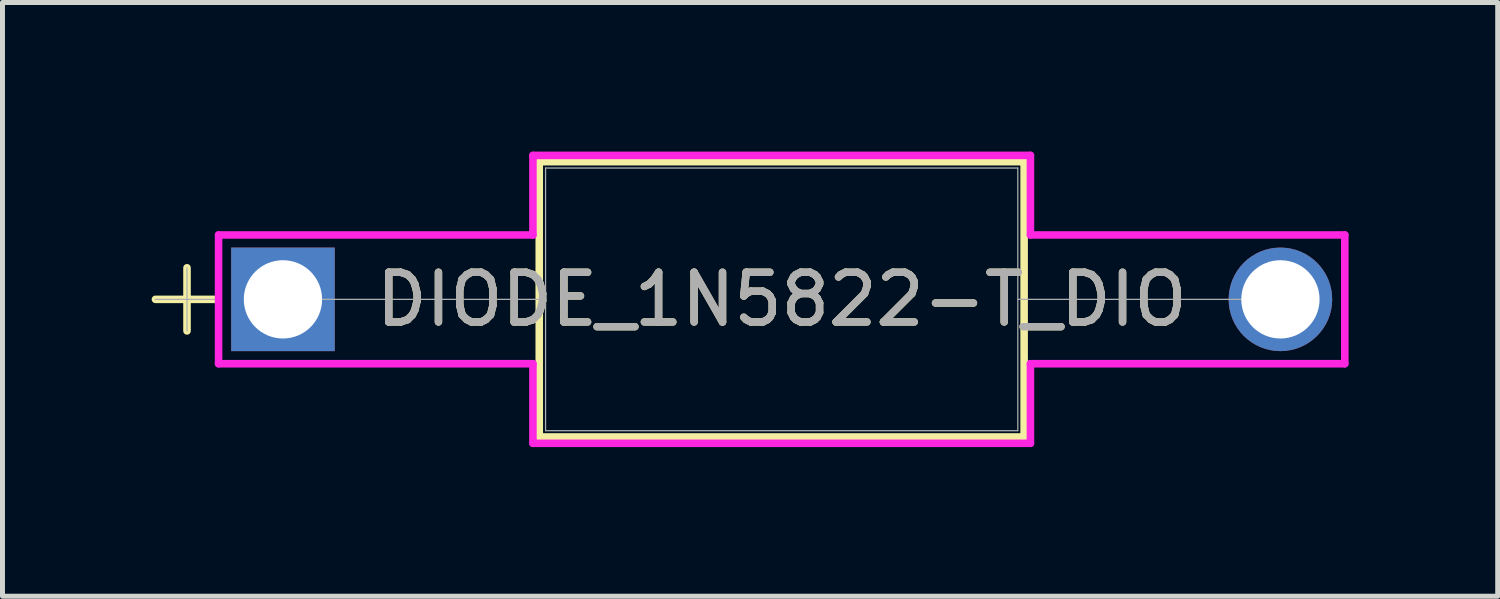
<source format=kicad_pcb>
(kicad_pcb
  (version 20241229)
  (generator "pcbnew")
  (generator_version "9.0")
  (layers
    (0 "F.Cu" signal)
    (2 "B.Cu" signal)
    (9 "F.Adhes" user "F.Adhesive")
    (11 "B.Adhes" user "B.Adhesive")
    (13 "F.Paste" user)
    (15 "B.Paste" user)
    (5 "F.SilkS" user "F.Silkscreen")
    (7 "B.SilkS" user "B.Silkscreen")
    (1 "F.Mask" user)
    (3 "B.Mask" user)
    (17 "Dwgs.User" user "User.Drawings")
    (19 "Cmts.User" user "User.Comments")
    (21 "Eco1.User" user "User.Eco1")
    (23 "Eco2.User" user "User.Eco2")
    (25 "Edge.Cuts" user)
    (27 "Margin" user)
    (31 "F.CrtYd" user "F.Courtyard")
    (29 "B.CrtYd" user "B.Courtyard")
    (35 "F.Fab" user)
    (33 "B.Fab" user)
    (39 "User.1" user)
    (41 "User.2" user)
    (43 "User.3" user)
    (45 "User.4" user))
  (footprint "DIODE_1N5822-T_DIO"
    (layer "F.Cu")
    (at 2.642 2.972)
    (property "Reference" "DIODE_1N5822-T_DIO" (at 10.033 0 0) (unlocked yes) (layer "F.SilkS") (effects (font (size 1 1) (thickness 0.15))))
    (attr through_hole)
    (fp_line (start -2.565 0) (end -1.374 0) (stroke (width 0.152) (type solid)) (layer "F.SilkS"))
    (fp_line (start -1.93 -0.635) (end -1.93 0.635) (stroke (width 0.152) (type solid)) (layer "F.SilkS"))
    (fp_line (start 5.156 -2.769) (end 5.156 2.769) (stroke (width 0.152) (type solid)) (layer "F.SilkS"))
    (fp_line (start 5.156 2.769) (end 14.91 2.769) (stroke (width 0.152) (type solid)) (layer "F.SilkS"))
    (fp_line (start 14.91 -2.769) (end 5.156 -2.769) (stroke (width 0.152) (type solid)) (layer "F.SilkS"))
    (fp_line (start 14.91 2.769) (end 14.91 -2.769) (stroke (width 0.152) (type solid)) (layer "F.SilkS"))
    (fp_line (start -1.295 -1.295) (end 5.029 -1.295) (stroke (width 0.152) (type solid)) (layer "F.CrtYd"))
    (fp_line (start -1.295 1.295) (end -1.295 -1.295) (stroke (width 0.152) (type solid)) (layer "F.CrtYd"))
    (fp_line (start -1.295 1.295) (end 5.029 1.295) (stroke (width 0.152) (type solid)) (layer "F.CrtYd"))
    (fp_line (start 5.029 -2.896) (end 15.037 -2.896) (stroke (width 0.152) (type solid)) (layer "F.CrtYd"))
    (fp_line (start 5.029 -1.295) (end 5.029 -2.896) (stroke (width 0.152) (type solid)) (layer "F.CrtYd"))
    (fp_line (start 5.029 1.295) (end 5.029 2.896) (stroke (width 0.152) (type solid)) (layer "F.CrtYd"))
    (fp_line (start 5.029 2.896) (end 15.037 2.896) (stroke (width 0.152) (type solid)) (layer "F.CrtYd"))
    (fp_line (start 15.037 -2.896) (end 15.037 -1.295) (stroke (width 0.152) (type solid)) (layer "F.CrtYd"))
    (fp_line (start 15.037 -1.295) (end 21.361 -1.295) (stroke (width 0.152) (type solid)) (layer "F.CrtYd"))
    (fp_line (start 15.037 1.295) (end 21.361 1.295) (stroke (width 0.152) (type solid)) (layer "F.CrtYd"))
    (fp_line (start 15.037 2.896) (end 15.037 1.295) (stroke (width 0.152) (type solid)) (layer "F.CrtYd"))
    (fp_line (start 21.361 -1.295) (end 21.361 1.295) (stroke (width 0.152) (type solid)) (layer "F.CrtYd"))
    (fp_line (start -2.565 0) (end -1.295 0) (stroke (width 0.025) (type solid)) (layer "F.Fab"))
    (fp_line (start -1.93 -0.635) (end -1.93 0.635) (stroke (width 0.025) (type solid)) (layer "F.Fab"))
    (fp_line (start 0 0) (end 5.283 0) (stroke (width 0.025) (type solid)) (layer "F.Fab"))
    (fp_line (start 5.283 -2.642) (end 5.283 2.642) (stroke (width 0.025) (type solid)) (layer "F.Fab"))
    (fp_line (start 5.283 2.642) (end 14.783 2.642) (stroke (width 0.025) (type solid)) (layer "F.Fab"))
    (fp_line (start 14.783 -2.642) (end 5.283 -2.642) (stroke (width 0.025) (type solid)) (layer "F.Fab"))
    (fp_line (start 14.783 2.642) (end 14.783 -2.642) (stroke (width 0.025) (type solid)) (layer "F.Fab"))
    (fp_line (start 20.066 0) (end 14.783 0) (stroke (width 0.025) (type solid)) (layer "F.Fab"))
    (fp_text user "${REFERENCE}" (at 10.033 0 0) (unlocked yes) (layer "F.Fab") (effects (font (size 1 1) (thickness 0.15))))
    (pad "1" thru_hole rect (at 0 0) (size 2.083 2.083) (drill 1.575) (layers "*.Cu" "*.Mask"))
    (pad "2" thru_hole circle (at 20.066 0) (size 2.083 2.083) (drill 1.575) (layers "*.Cu" "*.Mask")))
  (gr_rect
    (start -3 -3)
    (end 27.079 8.944)
    (stroke (width 0.1) (type default))
    (fill no)
    (layer "Edge.Cuts")))
</source>
